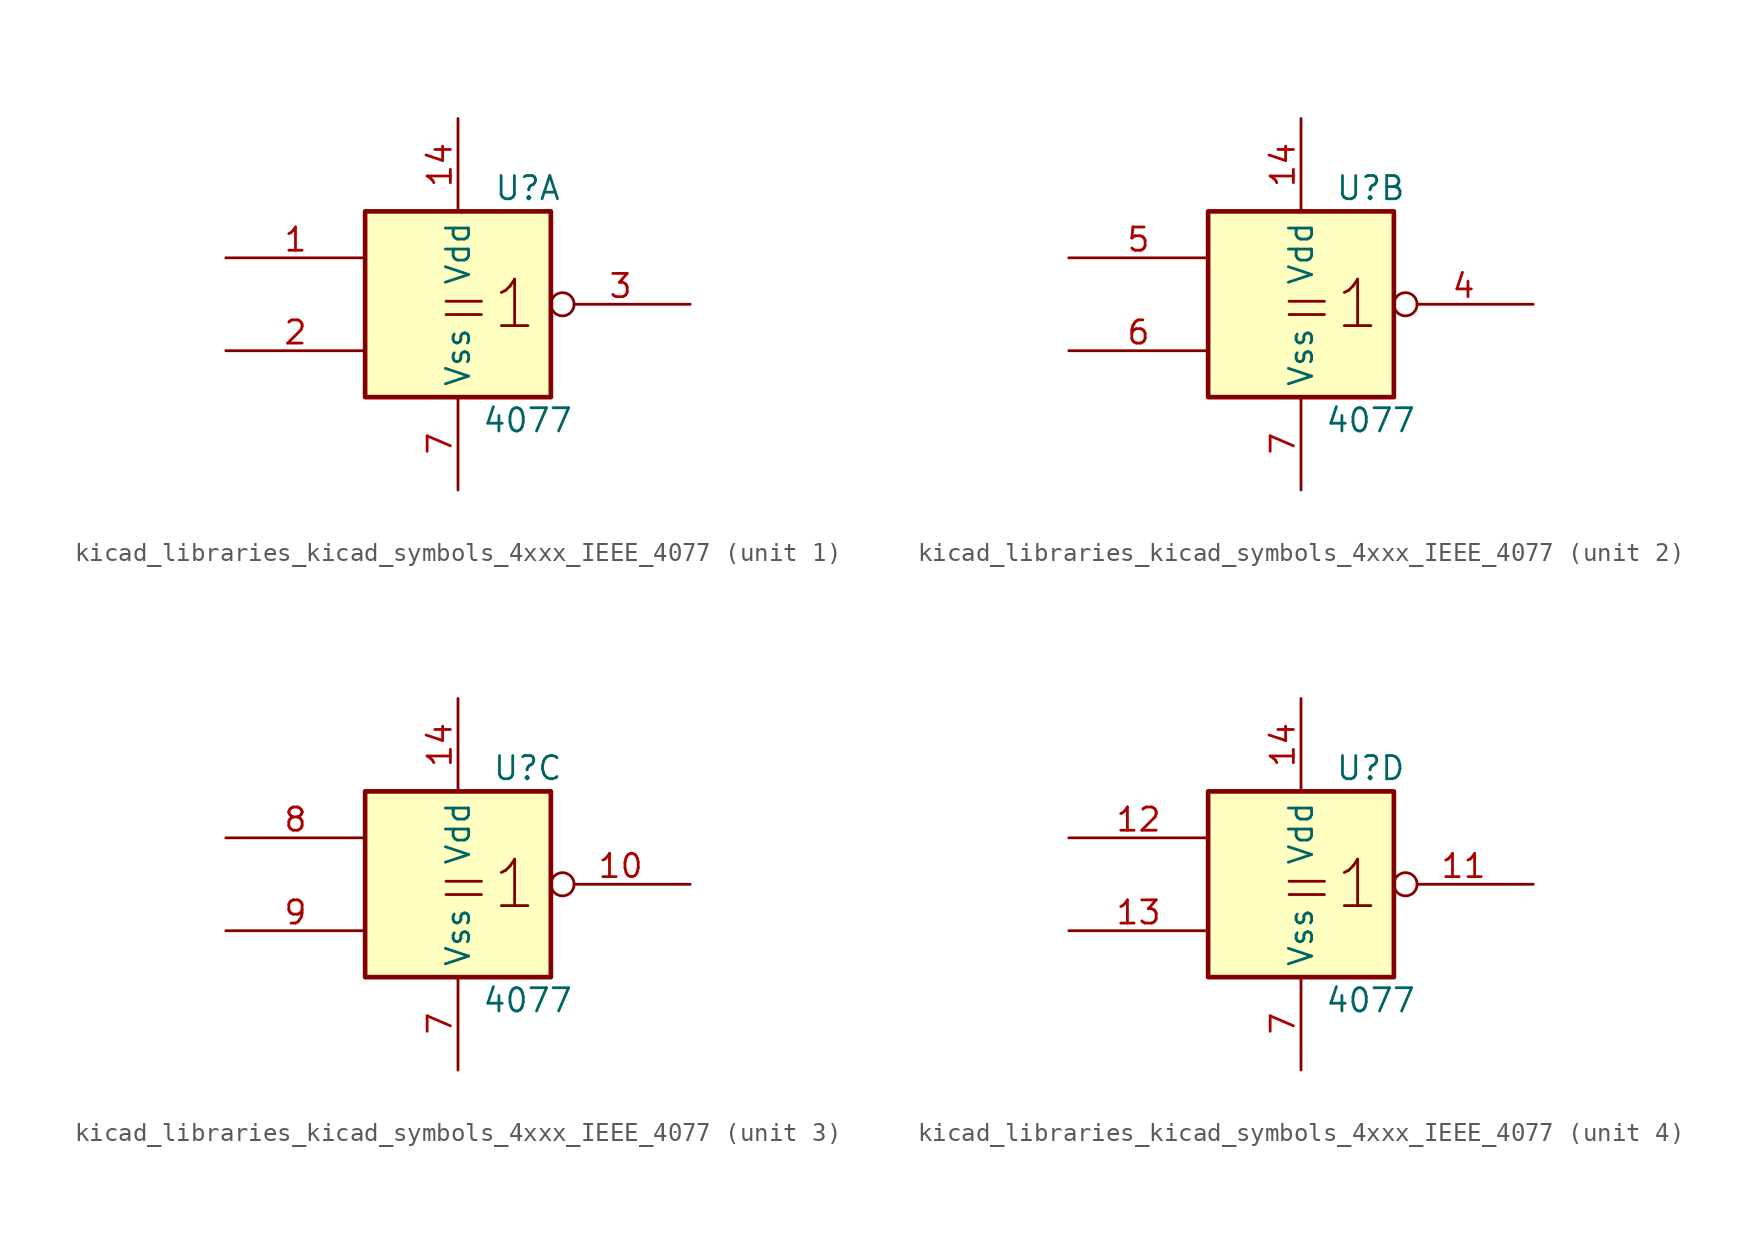
<source format=kicad_sym>
(kicad_symbol_lib
  (version 20220914)
  (generator kicad_symbol_editor)
  (symbol "kicad_libraries_kicad_symbols_4xxx_IEEE_4077"
    (property "Reference" "U"
      (at 3.81 6.35 0)
      (effects (font (size 1.27 1.27))))
    (property "Value" "4077"
      (at 3.81 -6.35 0)
      (effects (font (size 1.27 1.27))))
    (symbol "kicad_libraries_kicad_symbols_4xxx_IEEE_4077_0_0"
      (rectangle (start -5.08 5.08) (end 5.08 -5.08) (stroke (width 0.254) (type default)) (fill (type background)))
      (text "=1" (at 1.524 0 0) (effects (font (size 2.54 2.54))))
      (pin power_in line (at 0 10.16 270) (length 5.08) (name "Vdd" (effects (font (size 1.27 1.27)))) (number "14" (effects (font (size 1.27 1.27)))))
      (pin power_in line (at 0 -10.16 90) (length 5.08) (name "Vss" (effects (font (size 1.27 1.27)))) (number "7" (effects (font (size 1.27 1.27))))))
    (symbol "kicad_libraries_kicad_symbols_4xxx_IEEE_4077_1_1"
      (pin input line (at -12.7 2.54 0) (length 7.62) (name "~" (effects (font (size 1.27 1.27)))) (number "1" (effects (font (size 1.27 1.27)))))
      (pin input line (at -12.7 -2.54 0) (length 7.62) (name "~" (effects (font (size 1.27 1.27)))) (number "2" (effects (font (size 1.27 1.27)))))
      (pin output inverted (at 12.7 0 180) (length 7.62) (name "~" (effects (font (size 1.27 1.27)))) (number "3" (effects (font (size 1.27 1.27))))))
    (symbol "kicad_libraries_kicad_symbols_4xxx_IEEE_4077_2_1"
      (pin output inverted (at 12.7 0 180) (length 7.62) (name "~" (effects (font (size 1.27 1.27)))) (number "4" (effects (font (size 1.27 1.27)))))
      (pin input line (at -12.7 2.54 0) (length 7.62) (name "~" (effects (font (size 1.27 1.27)))) (number "5" (effects (font (size 1.27 1.27)))))
      (pin input line (at -12.7 -2.54 0) (length 7.62) (name "~" (effects (font (size 1.27 1.27)))) (number "6" (effects (font (size 1.27 1.27))))))
    (symbol "kicad_libraries_kicad_symbols_4xxx_IEEE_4077_3_1"
      (pin output inverted (at 12.7 0 180) (length 7.62) (name "~" (effects (font (size 1.27 1.27)))) (number "10" (effects (font (size 1.27 1.27)))))
      (pin input line (at -12.7 2.54 0) (length 7.62) (name "~" (effects (font (size 1.27 1.27)))) (number "8" (effects (font (size 1.27 1.27)))))
      (pin input line (at -12.7 -2.54 0) (length 7.62) (name "~" (effects (font (size 1.27 1.27)))) (number "9" (effects (font (size 1.27 1.27))))))
    (symbol "kicad_libraries_kicad_symbols_4xxx_IEEE_4077_4_1"
      (pin output inverted (at 12.7 0 180) (length 7.62) (name "~" (effects (font (size 1.27 1.27)))) (number "11" (effects (font (size 1.27 1.27)))))
      (pin input line (at -12.7 2.54 0) (length 7.62) (name "~" (effects (font (size 1.27 1.27)))) (number "12" (effects (font (size 1.27 1.27)))))
      (pin input line (at -12.7 -2.54 0) (length 7.62) (name "~" (effects (font (size 1.27 1.27)))) (number "13" (effects (font (size 1.27 1.27))))))))
</source>
